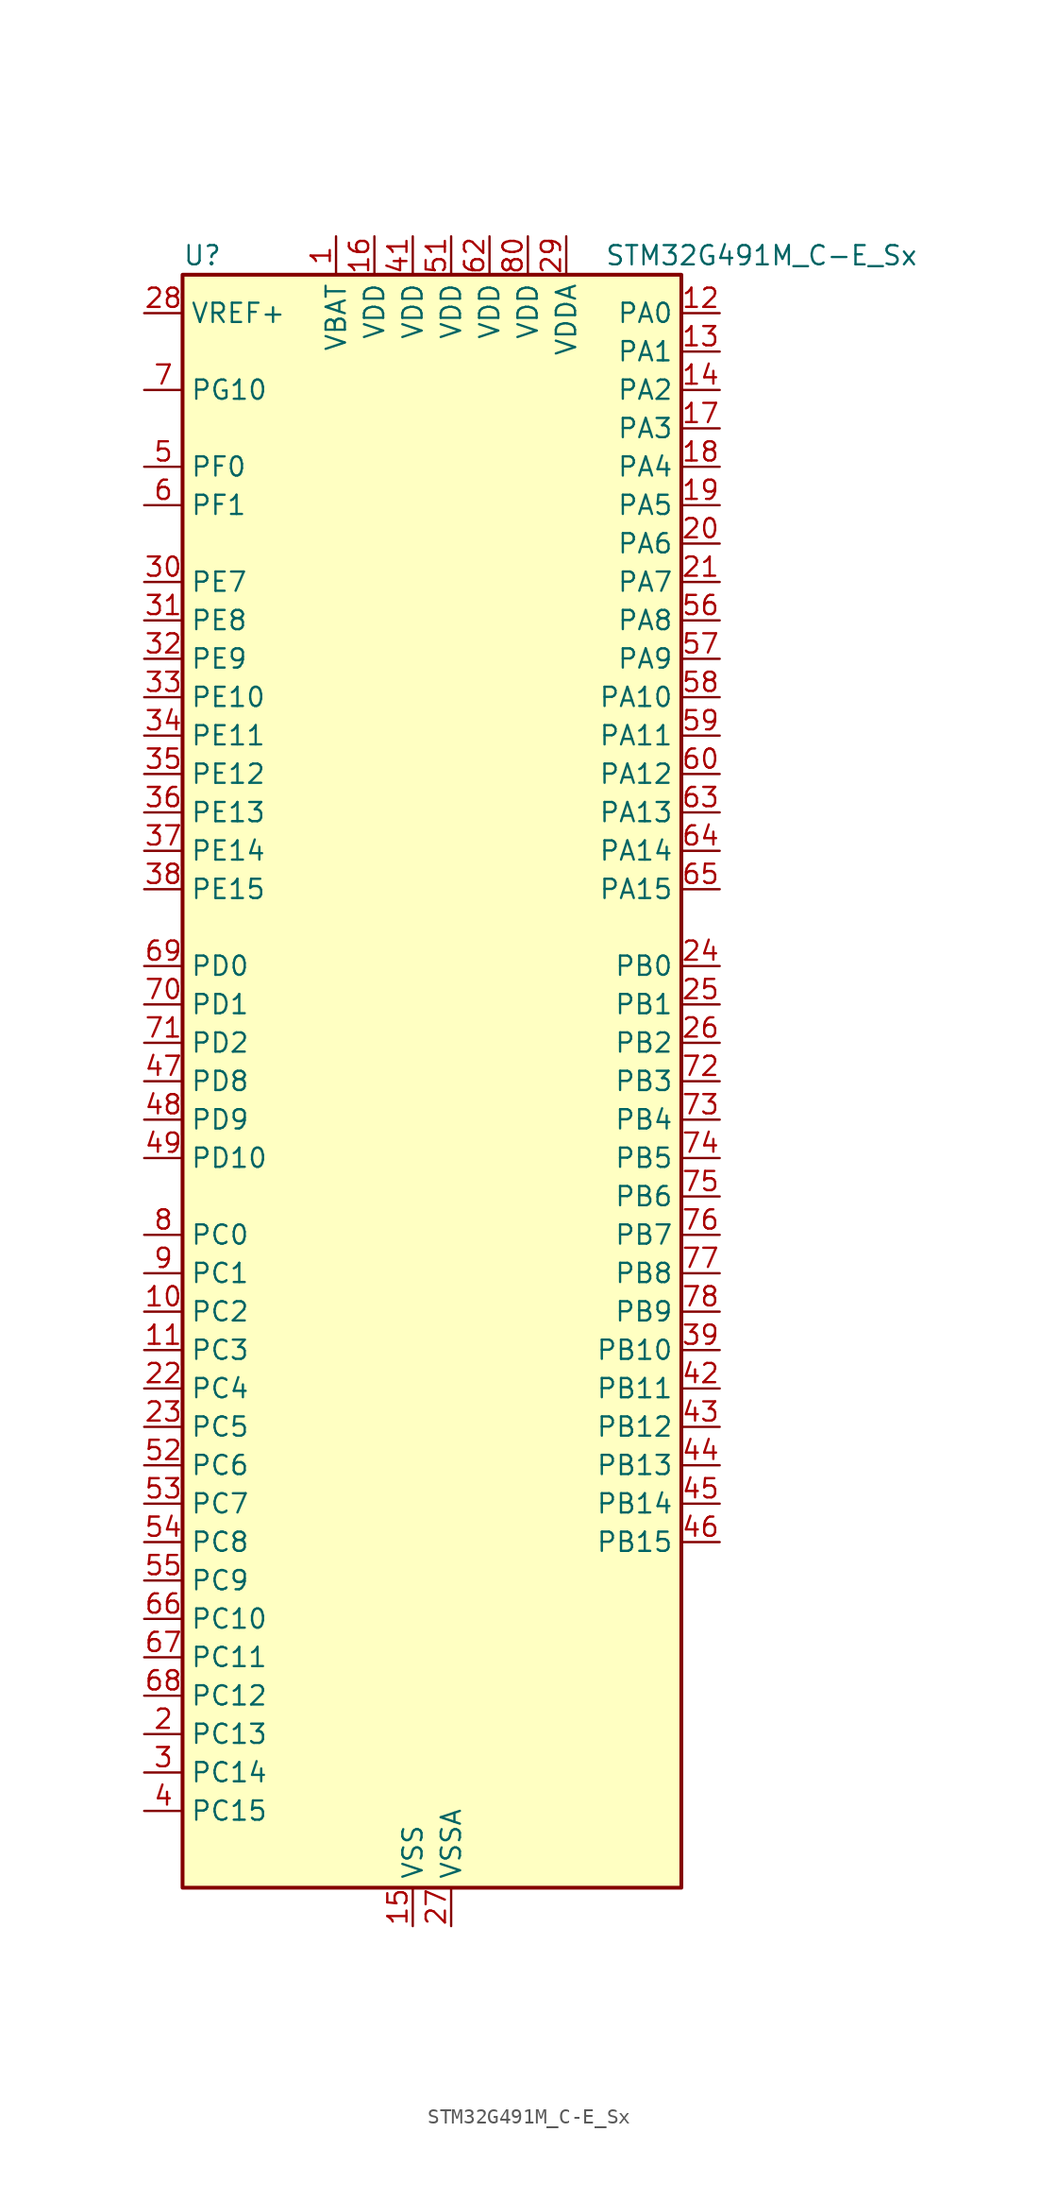
<source format=kicad_sym>
(kicad_symbol_lib
  (version 20231120)
  (generator "kicad_symbol_editor")
  (generator_version "8.0")
  (symbol "STM32G491M_C-E_Sx"
    (property "Reference" "U"
      (at -15.24 54.61 0)
      (effects (font (size 1.27 1.27)) (justify left)))
    (property "Value" "STM32G491M_C-E_Sx"
      (at 12.7 54.61 0)
      (effects (font (size 1.27 1.27)) (justify left)))
    (property "ki_locked" ""
      (at 0 0 0)
      (effects (font (size 1.27 1.27))))
    (symbol "STM32G491M_C-E_Sx_0_1"
      (rectangle (start -15.24 -53.34) (end 17.78 53.34) (stroke (width 0.254) (type default)) (fill (type background))))
    (symbol "STM32G491M_C-E_Sx_1_1"
      (pin power_in line (at -5.08 55.88 270) (length 2.54) (name "VBAT" (effects (font (size 1.27 1.27)))) (number "1" (effects (font (size 1.27 1.27)))))
      (pin bidirectional line (at -17.78 -15.24 0) (length 2.54) (name "PC2" (effects (font (size 1.27 1.27)))) (number "10" (effects (font (size 1.27 1.27)))) (alternate "ADC1_IN8" bidirectional line) (alternate "ADC2_IN8" bidirectional line) (alternate "ADC3_EXTI2" bidirectional line) (alternate "COMP3_OUT" bidirectional line) (alternate "LPTIM1_IN2" bidirectional line) (alternate "QUADSPI1_BK2_IO1" bidirectional line) (alternate "TIM1_CH3" bidirectional line) (alternate "TIM20_CH2" bidirectional line))
      (pin bidirectional line (at -17.78 -17.78 0) (length 2.54) (name "PC3" (effects (font (size 1.27 1.27)))) (number "11" (effects (font (size 1.27 1.27)))) (alternate "ADC1_IN9" bidirectional line) (alternate "ADC2_IN9" bidirectional line) (alternate "ADC3_EXTI3" bidirectional line) (alternate "LPTIM1_ETR" bidirectional line) (alternate "QUADSPI1_BK2_IO2" bidirectional line) (alternate "SAI1_D1" bidirectional line) (alternate "SAI1_SD_A" bidirectional line) (alternate "TIM1_BKIN2" bidirectional line) (alternate "TIM1_CH4" bidirectional line))
      (pin bidirectional line (at 20.32 50.8 180) (length 2.54) (name "PA0" (effects (font (size 1.27 1.27)))) (number "12" (effects (font (size 1.27 1.27)))) (alternate "ADC1_IN1" bidirectional line) (alternate "ADC2_IN1" bidirectional line) (alternate "COMP1_INM" bidirectional line) (alternate "COMP1_OUT" bidirectional line) (alternate "COMP3_INP" bidirectional line) (alternate "RTC_TAMP2" bidirectional line) (alternate "SYS_WKUP1" bidirectional line) (alternate "TIM2_CH1" bidirectional line) (alternate "TIM2_ETR" bidirectional line) (alternate "TIM8_BKIN" bidirectional line) (alternate "TIM8_ETR" bidirectional line) (alternate "USART2_CTS" bidirectional line) (alternate "USART2_NSS" bidirectional line))
      (pin bidirectional line (at 20.32 48.26 180) (length 2.54) (name "PA1" (effects (font (size 1.27 1.27)))) (number "13" (effects (font (size 1.27 1.27)))) (alternate "ADC1_IN2" bidirectional line) (alternate "ADC2_IN2" bidirectional line) (alternate "COMP1_INP" bidirectional line) (alternate "OPAMP1_VINP" bidirectional line) (alternate "OPAMP1_VINP_SEC" bidirectional line) (alternate "OPAMP3_VINP" bidirectional line) (alternate "OPAMP3_VINP_SEC" bidirectional line) (alternate "OPAMP6_VINM" bidirectional line) (alternate "OPAMP6_VINM0" bidirectional line) (alternate "OPAMP6_VINM_SEC" bidirectional line) (alternate "RTC_REFIN" bidirectional line) (alternate "TIM15_CH1N" bidirectional line) (alternate "TIM2_CH2" bidirectional line) (alternate "USART2_DE" bidirectional line) (alternate "USART2_RTS" bidirectional line))
      (pin bidirectional line (at 20.32 45.72 180) (length 2.54) (name "PA2" (effects (font (size 1.27 1.27)))) (number "14" (effects (font (size 1.27 1.27)))) (alternate "ADC1_IN3" bidirectional line) (alternate "ADC3_EXTI2" bidirectional line) (alternate "COMP2_INM" bidirectional line) (alternate "COMP2_OUT" bidirectional line) (alternate "LPUART1_TX" bidirectional line) (alternate "OPAMP1_VOUT" bidirectional line) (alternate "QUADSPI1_BK1_NCS" bidirectional line) (alternate "RCC_LSCO" bidirectional line) (alternate "SYS_WKUP4" bidirectional line) (alternate "TIM15_CH1" bidirectional line) (alternate "TIM2_CH3" bidirectional line) (alternate "UCPD1_FRSTX1" bidirectional line) (alternate "UCPD1_FRSTX2" bidirectional line) (alternate "USART2_TX" bidirectional line))
      (pin power_in line (at 0 -55.88 90) (length 2.54) (name "VSS" (effects (font (size 1.27 1.27)))) (number "15" (effects (font (size 1.27 1.27)))))
      (pin power_in line (at -2.54 55.88 270) (length 2.54) (name "VDD" (effects (font (size 1.27 1.27)))) (number "16" (effects (font (size 1.27 1.27)))))
      (pin bidirectional line (at 20.32 43.18 180) (length 2.54) (name "PA3" (effects (font (size 1.27 1.27)))) (number "17" (effects (font (size 1.27 1.27)))) (alternate "ADC1_IN4" bidirectional line) (alternate "ADC3_EXTI3" bidirectional line) (alternate "COMP2_INP" bidirectional line) (alternate "LPUART1_RX" bidirectional line) (alternate "OPAMP1_VINM" bidirectional line) (alternate "OPAMP1_VINM0" bidirectional line) (alternate "OPAMP1_VINM_SEC" bidirectional line) (alternate "OPAMP1_VINP" bidirectional line) (alternate "OPAMP1_VINP_SEC" bidirectional line) (alternate "QUADSPI1_CLK" bidirectional line) (alternate "SAI1_CK1" bidirectional line) (alternate "SAI1_MCLK_A" bidirectional line) (alternate "TIM15_CH2" bidirectional line) (alternate "TIM2_CH4" bidirectional line) (alternate "USART2_RX" bidirectional line))
      (pin bidirectional line (at 20.32 40.64 180) (length 2.54) (name "PA4" (effects (font (size 1.27 1.27)))) (number "18" (effects (font (size 1.27 1.27)))) (alternate "ADC2_IN17" bidirectional line) (alternate "COMP1_INM" bidirectional line) (alternate "DAC1_OUT1" bidirectional line) (alternate "I2S3_WS" bidirectional line) (alternate "SAI1_FS_B" bidirectional line) (alternate "SPI1_NSS" bidirectional line) (alternate "SPI3_NSS" bidirectional line) (alternate "TIM3_CH2" bidirectional line) (alternate "USART2_CK" bidirectional line))
      (pin bidirectional line (at 20.32 38.1 180) (length 2.54) (name "PA5" (effects (font (size 1.27 1.27)))) (number "19" (effects (font (size 1.27 1.27)))) (alternate "ADC2_IN13" bidirectional line) (alternate "COMP2_INM" bidirectional line) (alternate "DAC1_OUT2" bidirectional line) (alternate "OPAMP2_VINM" bidirectional line) (alternate "OPAMP2_VINM0" bidirectional line) (alternate "OPAMP2_VINM_SEC" bidirectional line) (alternate "SPI1_SCK" bidirectional line) (alternate "TIM2_CH1" bidirectional line) (alternate "TIM2_ETR" bidirectional line) (alternate "UCPD1_FRSTX1" bidirectional line) (alternate "UCPD1_FRSTX2" bidirectional line))
      (pin bidirectional line (at -17.78 -43.18 0) (length 2.54) (name "PC13" (effects (font (size 1.27 1.27)))) (number "2" (effects (font (size 1.27 1.27)))) (alternate "RTC_OUT1" bidirectional line) (alternate "RTC_TAMP1" bidirectional line) (alternate "RTC_TS" bidirectional line) (alternate "SYS_WKUP2" bidirectional line) (alternate "TIM1_BKIN" bidirectional line) (alternate "TIM1_CH1N" bidirectional line) (alternate "TIM8_CH4N" bidirectional line))
      (pin bidirectional line (at 20.32 35.56 180) (length 2.54) (name "PA6" (effects (font (size 1.27 1.27)))) (number "20" (effects (font (size 1.27 1.27)))) (alternate "ADC2_IN3" bidirectional line) (alternate "COMP1_OUT" bidirectional line) (alternate "LPUART1_CTS" bidirectional line) (alternate "OPAMP2_VOUT" bidirectional line) (alternate "QUADSPI1_BK1_IO3" bidirectional line) (alternate "SPI1_MISO" bidirectional line) (alternate "TIM16_CH1" bidirectional line) (alternate "TIM1_BKIN" bidirectional line) (alternate "TIM3_CH1" bidirectional line) (alternate "TIM8_BKIN" bidirectional line))
      (pin bidirectional line (at 20.32 33.02 180) (length 2.54) (name "PA7" (effects (font (size 1.27 1.27)))) (number "21" (effects (font (size 1.27 1.27)))) (alternate "ADC2_IN4" bidirectional line) (alternate "COMP2_INP" bidirectional line) (alternate "COMP2_OUT" bidirectional line) (alternate "OPAMP1_VINP" bidirectional line) (alternate "OPAMP1_VINP_SEC" bidirectional line) (alternate "OPAMP2_VINP" bidirectional line) (alternate "OPAMP2_VINP_SEC" bidirectional line) (alternate "QUADSPI1_BK1_IO2" bidirectional line) (alternate "SPI1_MOSI" bidirectional line) (alternate "TIM17_CH1" bidirectional line) (alternate "TIM1_CH1N" bidirectional line) (alternate "TIM3_CH2" bidirectional line) (alternate "TIM8_CH1N" bidirectional line) (alternate "UCPD1_FRSTX1" bidirectional line) (alternate "UCPD1_FRSTX2" bidirectional line))
      (pin bidirectional line (at -17.78 -20.32 0) (length 2.54) (name "PC4" (effects (font (size 1.27 1.27)))) (number "22" (effects (font (size 1.27 1.27)))) (alternate "ADC2_IN5" bidirectional line) (alternate "I2C2_SCL" bidirectional line) (alternate "QUADSPI1_BK2_IO3" bidirectional line) (alternate "TIM1_ETR" bidirectional line) (alternate "USART1_TX" bidirectional line))
      (pin bidirectional line (at -17.78 -22.86 0) (length 2.54) (name "PC5" (effects (font (size 1.27 1.27)))) (number "23" (effects (font (size 1.27 1.27)))) (alternate "ADC2_IN11" bidirectional line) (alternate "OPAMP1_VINM" bidirectional line) (alternate "OPAMP1_VINM1" bidirectional line) (alternate "OPAMP1_VINM_SEC" bidirectional line) (alternate "OPAMP2_VINM" bidirectional line) (alternate "OPAMP2_VINM1" bidirectional line) (alternate "OPAMP2_VINM_SEC" bidirectional line) (alternate "SAI1_D3" bidirectional line) (alternate "SYS_WKUP5" bidirectional line) (alternate "TIM15_BKIN" bidirectional line) (alternate "TIM1_CH4N" bidirectional line) (alternate "USART1_RX" bidirectional line))
      (pin bidirectional line (at 20.32 7.62 180) (length 2.54) (name "PB0" (effects (font (size 1.27 1.27)))) (number "24" (effects (font (size 1.27 1.27)))) (alternate "ADC1_IN15" bidirectional line) (alternate "ADC3_IN12" bidirectional line) (alternate "COMP4_INP" bidirectional line) (alternate "OPAMP2_VINP" bidirectional line) (alternate "OPAMP2_VINP_SEC" bidirectional line) (alternate "OPAMP3_VINP" bidirectional line) (alternate "OPAMP3_VINP_SEC" bidirectional line) (alternate "QUADSPI1_BK1_IO1" bidirectional line) (alternate "TIM1_CH2N" bidirectional line) (alternate "TIM3_CH3" bidirectional line) (alternate "TIM8_CH2N" bidirectional line) (alternate "UCPD1_FRSTX1" bidirectional line) (alternate "UCPD1_FRSTX2" bidirectional line))
      (pin bidirectional line (at 20.32 5.08 180) (length 2.54) (name "PB1" (effects (font (size 1.27 1.27)))) (number "25" (effects (font (size 1.27 1.27)))) (alternate "ADC1_IN12" bidirectional line) (alternate "ADC3_IN1" bidirectional line) (alternate "COMP1_INP" bidirectional line) (alternate "COMP4_OUT" bidirectional line) (alternate "LPUART1_DE" bidirectional line) (alternate "LPUART1_RTS" bidirectional line) (alternate "OPAMP3_VOUT" bidirectional line) (alternate "OPAMP6_VINM" bidirectional line) (alternate "OPAMP6_VINM1" bidirectional line) (alternate "OPAMP6_VINM_SEC" bidirectional line) (alternate "QUADSPI1_BK1_IO0" bidirectional line) (alternate "TIM1_CH3N" bidirectional line) (alternate "TIM3_CH4" bidirectional line) (alternate "TIM8_CH3N" bidirectional line))
      (pin bidirectional line (at 20.32 2.54 180) (length 2.54) (name "PB2" (effects (font (size 1.27 1.27)))) (number "26" (effects (font (size 1.27 1.27)))) (alternate "ADC2_IN12" bidirectional line) (alternate "ADC3_EXTI2" bidirectional line) (alternate "COMP4_INM" bidirectional line) (alternate "I2C3_SMBA" bidirectional line) (alternate "LPTIM1_OUT" bidirectional line) (alternate "OPAMP3_VINM" bidirectional line) (alternate "OPAMP3_VINM0" bidirectional line) (alternate "OPAMP3_VINM_SEC" bidirectional line) (alternate "QUADSPI1_BK2_IO1" bidirectional line) (alternate "RTC_OUT2" bidirectional line) (alternate "TIM20_CH1" bidirectional line))
      (pin power_in line (at 2.54 -55.88 90) (length 2.54) (name "VSSA" (effects (font (size 1.27 1.27)))) (number "27" (effects (font (size 1.27 1.27)))))
      (pin input line (at -17.78 50.8 0) (length 2.54) (name "VREF+" (effects (font (size 1.27 1.27)))) (number "28" (effects (font (size 1.27 1.27)))) (alternate "VREFBUF_OUT" bidirectional line))
      (pin power_in line (at 10.16 55.88 270) (length 2.54) (name "VDDA" (effects (font (size 1.27 1.27)))) (number "29" (effects (font (size 1.27 1.27)))))
      (pin bidirectional line (at -17.78 -45.72 0) (length 2.54) (name "PC14" (effects (font (size 1.27 1.27)))) (number "3" (effects (font (size 1.27 1.27)))) (alternate "RCC_OSC32_IN" bidirectional line))
      (pin bidirectional line (at -17.78 33.02 0) (length 2.54) (name "PE7" (effects (font (size 1.27 1.27)))) (number "30" (effects (font (size 1.27 1.27)))) (alternate "ADC3_IN4" bidirectional line) (alternate "COMP4_INP" bidirectional line) (alternate "SAI1_SD_B" bidirectional line) (alternate "TIM1_ETR" bidirectional line))
      (pin bidirectional line (at -17.78 30.48 0) (length 2.54) (name "PE8" (effects (font (size 1.27 1.27)))) (number "31" (effects (font (size 1.27 1.27)))) (alternate "ADC3_IN6" bidirectional line) (alternate "COMP4_INM" bidirectional line) (alternate "SAI1_SCK_B" bidirectional line) (alternate "TIM1_CH1N" bidirectional line))
      (pin bidirectional line (at -17.78 27.94 0) (length 2.54) (name "PE9" (effects (font (size 1.27 1.27)))) (number "32" (effects (font (size 1.27 1.27)))) (alternate "ADC3_IN2" bidirectional line) (alternate "DAC1_EXTI9" bidirectional line) (alternate "DAC3_EXTI9" bidirectional line) (alternate "SAI1_FS_B" bidirectional line) (alternate "TIM1_CH1" bidirectional line))
      (pin bidirectional line (at -17.78 25.4 0) (length 2.54) (name "PE10" (effects (font (size 1.27 1.27)))) (number "33" (effects (font (size 1.27 1.27)))) (alternate "ADC3_IN14" bidirectional line) (alternate "DAC1_EXTI10" bidirectional line) (alternate "DAC3_EXTI10" bidirectional line) (alternate "QUADSPI1_CLK" bidirectional line) (alternate "SAI1_MCLK_B" bidirectional line) (alternate "TIM1_CH2N" bidirectional line))
      (pin bidirectional line (at -17.78 22.86 0) (length 2.54) (name "PE11" (effects (font (size 1.27 1.27)))) (number "34" (effects (font (size 1.27 1.27)))) (alternate "ADC1_EXTI11" bidirectional line) (alternate "ADC2_EXTI11" bidirectional line) (alternate "ADC3_IN15" bidirectional line) (alternate "QUADSPI1_BK1_NCS" bidirectional line) (alternate "TIM1_CH2" bidirectional line))
      (pin bidirectional line (at -17.78 20.32 0) (length 2.54) (name "PE12" (effects (font (size 1.27 1.27)))) (number "35" (effects (font (size 1.27 1.27)))) (alternate "ADC3_IN16" bidirectional line) (alternate "QUADSPI1_BK1_IO0" bidirectional line) (alternate "TIM1_CH3N" bidirectional line))
      (pin bidirectional line (at -17.78 17.78 0) (length 2.54) (name "PE13" (effects (font (size 1.27 1.27)))) (number "36" (effects (font (size 1.27 1.27)))) (alternate "ADC3_IN3" bidirectional line) (alternate "QUADSPI1_BK1_IO1" bidirectional line) (alternate "TIM1_CH3" bidirectional line))
      (pin bidirectional line (at -17.78 15.24 0) (length 2.54) (name "PE14" (effects (font (size 1.27 1.27)))) (number "37" (effects (font (size 1.27 1.27)))) (alternate "QUADSPI1_BK1_IO2" bidirectional line) (alternate "TIM1_BKIN2" bidirectional line) (alternate "TIM1_CH4" bidirectional line))
      (pin bidirectional line (at -17.78 12.7 0) (length 2.54) (name "PE15" (effects (font (size 1.27 1.27)))) (number "38" (effects (font (size 1.27 1.27)))) (alternate "ADC1_EXTI15" bidirectional line) (alternate "ADC2_EXTI15" bidirectional line) (alternate "QUADSPI1_BK1_IO3" bidirectional line) (alternate "TIM1_BKIN" bidirectional line) (alternate "TIM1_CH4N" bidirectional line) (alternate "USART3_RX" bidirectional line))
      (pin bidirectional line (at 20.32 -17.78 180) (length 2.54) (name "PB10" (effects (font (size 1.27 1.27)))) (number "39" (effects (font (size 1.27 1.27)))) (alternate "DAC1_EXTI10" bidirectional line) (alternate "DAC3_EXTI10" bidirectional line) (alternate "LPUART1_RX" bidirectional line) (alternate "OPAMP3_VINM" bidirectional line) (alternate "OPAMP3_VINM1" bidirectional line) (alternate "OPAMP3_VINM_SEC" bidirectional line) (alternate "QUADSPI1_CLK" bidirectional line) (alternate "SAI1_SCK_A" bidirectional line) (alternate "TIM1_BKIN" bidirectional line) (alternate "TIM2_CH3" bidirectional line) (alternate "USART3_TX" bidirectional line))
      (pin bidirectional line (at -17.78 -48.26 0) (length 2.54) (name "PC15" (effects (font (size 1.27 1.27)))) (number "4" (effects (font (size 1.27 1.27)))) (alternate "ADC1_EXTI15" bidirectional line) (alternate "ADC2_EXTI15" bidirectional line) (alternate "RCC_OSC32_OUT" bidirectional line))
      (pin passive line (at 0 -55.88 90) (length 2.54) hide (name "VSS" (effects (font (size 1.27 1.27)))) (number "40" (effects (font (size 1.27 1.27)))))
      (pin power_in line (at 0 55.88 270) (length 2.54) (name "VDD" (effects (font (size 1.27 1.27)))) (number "41" (effects (font (size 1.27 1.27)))))
      (pin bidirectional line (at 20.32 -20.32 180) (length 2.54) (name "PB11" (effects (font (size 1.27 1.27)))) (number "42" (effects (font (size 1.27 1.27)))) (alternate "ADC1_EXTI11" bidirectional line) (alternate "ADC1_IN14" bidirectional line) (alternate "ADC2_EXTI11" bidirectional line) (alternate "ADC2_IN14" bidirectional line) (alternate "LPUART1_TX" bidirectional line) (alternate "OPAMP6_VOUT" bidirectional line) (alternate "QUADSPI1_BK1_NCS" bidirectional line) (alternate "TIM2_CH4" bidirectional line) (alternate "USART3_RX" bidirectional line))
      (pin bidirectional line (at 20.32 -22.86 180) (length 2.54) (name "PB12" (effects (font (size 1.27 1.27)))) (number "43" (effects (font (size 1.27 1.27)))) (alternate "ADC1_IN11" bidirectional line) (alternate "FDCAN2_RX" bidirectional line) (alternate "I2C2_SMBA" bidirectional line) (alternate "I2S2_WS" bidirectional line) (alternate "LPUART1_DE" bidirectional line) (alternate "LPUART1_RTS" bidirectional line) (alternate "OPAMP6_VINP" bidirectional line) (alternate "OPAMP6_VINP_SEC" bidirectional line) (alternate "SPI2_NSS" bidirectional line) (alternate "TIM1_BKIN" bidirectional line) (alternate "USART3_CK" bidirectional line))
      (pin bidirectional line (at 20.32 -25.4 180) (length 2.54) (name "PB13" (effects (font (size 1.27 1.27)))) (number "44" (effects (font (size 1.27 1.27)))) (alternate "ADC3_IN5" bidirectional line) (alternate "FDCAN2_TX" bidirectional line) (alternate "I2S2_CK" bidirectional line) (alternate "LPUART1_CTS" bidirectional line) (alternate "OPAMP3_VINP" bidirectional line) (alternate "OPAMP3_VINP_SEC" bidirectional line) (alternate "OPAMP6_VINP" bidirectional line) (alternate "OPAMP6_VINP_SEC" bidirectional line) (alternate "SPI2_SCK" bidirectional line) (alternate "TIM1_CH1N" bidirectional line) (alternate "USART3_CTS" bidirectional line) (alternate "USART3_NSS" bidirectional line))
      (pin bidirectional line (at 20.32 -27.94 180) (length 2.54) (name "PB14" (effects (font (size 1.27 1.27)))) (number "45" (effects (font (size 1.27 1.27)))) (alternate "ADC1_IN5" bidirectional line) (alternate "COMP4_OUT" bidirectional line) (alternate "OPAMP2_VINP" bidirectional line) (alternate "OPAMP2_VINP_SEC" bidirectional line) (alternate "SPI2_MISO" bidirectional line) (alternate "TIM15_CH1" bidirectional line) (alternate "TIM1_CH2N" bidirectional line) (alternate "USART3_DE" bidirectional line) (alternate "USART3_RTS" bidirectional line))
      (pin bidirectional line (at 20.32 -30.48 180) (length 2.54) (name "PB15" (effects (font (size 1.27 1.27)))) (number "46" (effects (font (size 1.27 1.27)))) (alternate "ADC1_EXTI15" bidirectional line) (alternate "ADC2_EXTI15" bidirectional line) (alternate "ADC2_IN15" bidirectional line) (alternate "COMP3_OUT" bidirectional line) (alternate "I2S2_SD" bidirectional line) (alternate "RTC_REFIN" bidirectional line) (alternate "SPI2_MOSI" bidirectional line) (alternate "TIM15_CH1N" bidirectional line) (alternate "TIM15_CH2" bidirectional line) (alternate "TIM1_CH3N" bidirectional line))
      (pin bidirectional line (at -17.78 0 0) (length 2.54) (name "PD8" (effects (font (size 1.27 1.27)))) (number "47" (effects (font (size 1.27 1.27)))) (alternate "USART3_TX" bidirectional line))
      (pin bidirectional line (at -17.78 -2.54 0) (length 2.54) (name "PD9" (effects (font (size 1.27 1.27)))) (number "48" (effects (font (size 1.27 1.27)))) (alternate "DAC1_EXTI9" bidirectional line) (alternate "DAC3_EXTI9" bidirectional line) (alternate "OPAMP6_VINP" bidirectional line) (alternate "OPAMP6_VINP_SEC" bidirectional line) (alternate "USART3_RX" bidirectional line))
      (pin bidirectional line (at -17.78 -5.08 0) (length 2.54) (name "PD10" (effects (font (size 1.27 1.27)))) (number "49" (effects (font (size 1.27 1.27)))) (alternate "ADC3_IN7" bidirectional line) (alternate "DAC1_EXTI10" bidirectional line) (alternate "DAC3_EXTI10" bidirectional line) (alternate "USART3_CK" bidirectional line))
      (pin bidirectional line (at -17.78 40.64 0) (length 2.54) (name "PF0" (effects (font (size 1.27 1.27)))) (number "5" (effects (font (size 1.27 1.27)))) (alternate "ADC1_IN10" bidirectional line) (alternate "I2C2_SDA" bidirectional line) (alternate "I2S2_WS" bidirectional line) (alternate "RCC_OSC_IN" bidirectional line) (alternate "SPI2_NSS" bidirectional line) (alternate "TIM1_CH3N" bidirectional line))
      (pin passive line (at 0 -55.88 90) (length 2.54) hide (name "VSS" (effects (font (size 1.27 1.27)))) (number "50" (effects (font (size 1.27 1.27)))))
      (pin power_in line (at 2.54 55.88 270) (length 2.54) (name "VDD" (effects (font (size 1.27 1.27)))) (number "51" (effects (font (size 1.27 1.27)))))
      (pin bidirectional line (at -17.78 -25.4 0) (length 2.54) (name "PC6" (effects (font (size 1.27 1.27)))) (number "52" (effects (font (size 1.27 1.27)))) (alternate "I2S2_MCK" bidirectional line) (alternate "TIM3_CH1" bidirectional line) (alternate "TIM8_CH1" bidirectional line))
      (pin bidirectional line (at -17.78 -27.94 0) (length 2.54) (name "PC7" (effects (font (size 1.27 1.27)))) (number "53" (effects (font (size 1.27 1.27)))) (alternate "I2S3_MCK" bidirectional line) (alternate "TIM3_CH2" bidirectional line) (alternate "TIM8_CH2" bidirectional line))
      (pin bidirectional line (at -17.78 -30.48 0) (length 2.54) (name "PC8" (effects (font (size 1.27 1.27)))) (number "54" (effects (font (size 1.27 1.27)))) (alternate "I2C3_SCL" bidirectional line) (alternate "TIM20_CH3" bidirectional line) (alternate "TIM3_CH3" bidirectional line) (alternate "TIM8_CH3" bidirectional line))
      (pin bidirectional line (at -17.78 -33.02 0) (length 2.54) (name "PC9" (effects (font (size 1.27 1.27)))) (number "55" (effects (font (size 1.27 1.27)))) (alternate "DAC1_EXTI9" bidirectional line) (alternate "DAC3_EXTI9" bidirectional line) (alternate "I2C3_SDA" bidirectional line) (alternate "I2S_CKIN" bidirectional line) (alternate "TIM3_CH4" bidirectional line) (alternate "TIM8_BKIN2" bidirectional line) (alternate "TIM8_CH4" bidirectional line))
      (pin bidirectional line (at 20.32 30.48 180) (length 2.54) (name "PA8" (effects (font (size 1.27 1.27)))) (number "56" (effects (font (size 1.27 1.27)))) (alternate "I2C2_SDA" bidirectional line) (alternate "I2C3_SCL" bidirectional line) (alternate "I2S2_MCK" bidirectional line) (alternate "RCC_MCO" bidirectional line) (alternate "SAI1_CK2" bidirectional line) (alternate "SAI1_SCK_A" bidirectional line) (alternate "TIM1_CH1" bidirectional line) (alternate "TIM4_ETR" bidirectional line) (alternate "USART1_CK" bidirectional line))
      (pin bidirectional line (at 20.32 27.94 180) (length 2.54) (name "PA9" (effects (font (size 1.27 1.27)))) (number "57" (effects (font (size 1.27 1.27)))) (alternate "DAC1_EXTI9" bidirectional line) (alternate "DAC3_EXTI9" bidirectional line) (alternate "I2C2_SCL" bidirectional line) (alternate "I2C3_SMBA" bidirectional line) (alternate "I2S3_MCK" bidirectional line) (alternate "SAI1_FS_A" bidirectional line) (alternate "TIM15_BKIN" bidirectional line) (alternate "TIM1_CH2" bidirectional line) (alternate "TIM2_CH3" bidirectional line) (alternate "UCPD1_DBCC1" bidirectional line) (alternate "USART1_TX" bidirectional line))
      (pin bidirectional line (at 20.32 25.4 180) (length 2.54) (name "PA10" (effects (font (size 1.27 1.27)))) (number "58" (effects (font (size 1.27 1.27)))) (alternate "CRS_SYNC" bidirectional line) (alternate "DAC1_EXTI10" bidirectional line) (alternate "DAC3_EXTI10" bidirectional line) (alternate "I2C2_SMBA" bidirectional line) (alternate "SAI1_D1" bidirectional line) (alternate "SAI1_SD_A" bidirectional line) (alternate "SPI2_MISO" bidirectional line) (alternate "TIM17_BKIN" bidirectional line) (alternate "TIM1_CH3" bidirectional line) (alternate "TIM2_CH4" bidirectional line) (alternate "TIM8_BKIN" bidirectional line) (alternate "UCPD1_DBCC2" bidirectional line) (alternate "USART1_RX" bidirectional line))
      (pin bidirectional line (at 20.32 22.86 180) (length 2.54) (name "PA11" (effects (font (size 1.27 1.27)))) (number "59" (effects (font (size 1.27 1.27)))) (alternate "ADC1_EXTI11" bidirectional line) (alternate "ADC2_EXTI11" bidirectional line) (alternate "COMP1_OUT" bidirectional line) (alternate "FDCAN1_RX" bidirectional line) (alternate "I2S2_SD" bidirectional line) (alternate "SPI2_MOSI" bidirectional line) (alternate "TIM1_BKIN2" bidirectional line) (alternate "TIM1_CH1N" bidirectional line) (alternate "TIM1_CH4" bidirectional line) (alternate "TIM4_CH1" bidirectional line) (alternate "USART1_CTS" bidirectional line) (alternate "USART1_NSS" bidirectional line) (alternate "USB_DM" bidirectional line))
      (pin bidirectional line (at -17.78 38.1 0) (length 2.54) (name "PF1" (effects (font (size 1.27 1.27)))) (number "6" (effects (font (size 1.27 1.27)))) (alternate "ADC2_IN10" bidirectional line) (alternate "COMP3_INM" bidirectional line) (alternate "I2S2_CK" bidirectional line) (alternate "RCC_OSC_OUT" bidirectional line) (alternate "SPI2_SCK" bidirectional line))
      (pin bidirectional line (at 20.32 20.32 180) (length 2.54) (name "PA12" (effects (font (size 1.27 1.27)))) (number "60" (effects (font (size 1.27 1.27)))) (alternate "COMP2_OUT" bidirectional line) (alternate "FDCAN1_TX" bidirectional line) (alternate "I2S_CKIN" bidirectional line) (alternate "TIM16_CH1" bidirectional line) (alternate "TIM1_CH2N" bidirectional line) (alternate "TIM1_ETR" bidirectional line) (alternate "TIM4_CH2" bidirectional line) (alternate "USART1_DE" bidirectional line) (alternate "USART1_RTS" bidirectional line) (alternate "USB_DP" bidirectional line))
      (pin passive line (at 0 -55.88 90) (length 2.54) hide (name "VSS" (effects (font (size 1.27 1.27)))) (number "61" (effects (font (size 1.27 1.27)))))
      (pin power_in line (at 5.08 55.88 270) (length 2.54) (name "VDD" (effects (font (size 1.27 1.27)))) (number "62" (effects (font (size 1.27 1.27)))))
      (pin bidirectional line (at 20.32 17.78 180) (length 2.54) (name "PA13" (effects (font (size 1.27 1.27)))) (number "63" (effects (font (size 1.27 1.27)))) (alternate "I2C1_SCL" bidirectional line) (alternate "IR_OUT" bidirectional line) (alternate "SAI1_SD_B" bidirectional line) (alternate "SYS_JTMS-SWDIO" bidirectional line) (alternate "TIM16_CH1N" bidirectional line) (alternate "TIM4_CH3" bidirectional line) (alternate "USART3_CTS" bidirectional line) (alternate "USART3_NSS" bidirectional line))
      (pin bidirectional line (at 20.32 15.24 180) (length 2.54) (name "PA14" (effects (font (size 1.27 1.27)))) (number "64" (effects (font (size 1.27 1.27)))) (alternate "I2C1_SDA" bidirectional line) (alternate "LPTIM1_OUT" bidirectional line) (alternate "SAI1_FS_B" bidirectional line) (alternate "SYS_JTCK-SWCLK" bidirectional line) (alternate "TIM1_BKIN" bidirectional line) (alternate "TIM8_CH2" bidirectional line) (alternate "USART2_TX" bidirectional line))
      (pin bidirectional line (at 20.32 12.7 180) (length 2.54) (name "PA15" (effects (font (size 1.27 1.27)))) (number "65" (effects (font (size 1.27 1.27)))) (alternate "ADC1_EXTI15" bidirectional line) (alternate "ADC2_EXTI15" bidirectional line) (alternate "I2C1_SCL" bidirectional line) (alternate "I2S3_WS" bidirectional line) (alternate "SPI1_NSS" bidirectional line) (alternate "SPI3_NSS" bidirectional line) (alternate "SYS_JTDI" bidirectional line) (alternate "TIM1_BKIN" bidirectional line) (alternate "TIM20_ETR" bidirectional line) (alternate "TIM2_CH1" bidirectional line) (alternate "TIM2_ETR" bidirectional line) (alternate "TIM8_CH1" bidirectional line) (alternate "UART4_DE" bidirectional line) (alternate "UART4_RTS" bidirectional line) (alternate "USART2_RX" bidirectional line))
      (pin bidirectional line (at -17.78 -35.56 0) (length 2.54) (name "PC10" (effects (font (size 1.27 1.27)))) (number "66" (effects (font (size 1.27 1.27)))) (alternate "DAC1_EXTI10" bidirectional line) (alternate "DAC3_EXTI10" bidirectional line) (alternate "I2S3_CK" bidirectional line) (alternate "SPI3_SCK" bidirectional line) (alternate "TIM8_CH1N" bidirectional line) (alternate "UART4_TX" bidirectional line) (alternate "USART3_TX" bidirectional line))
      (pin bidirectional line (at -17.78 -38.1 0) (length 2.54) (name "PC11" (effects (font (size 1.27 1.27)))) (number "67" (effects (font (size 1.27 1.27)))) (alternate "ADC1_EXTI11" bidirectional line) (alternate "ADC2_EXTI11" bidirectional line) (alternate "I2C3_SDA" bidirectional line) (alternate "SPI3_MISO" bidirectional line) (alternate "TIM8_CH2N" bidirectional line) (alternate "UART4_RX" bidirectional line) (alternate "USART3_RX" bidirectional line))
      (pin bidirectional line (at -17.78 -40.64 0) (length 2.54) (name "PC12" (effects (font (size 1.27 1.27)))) (number "68" (effects (font (size 1.27 1.27)))) (alternate "I2S3_SD" bidirectional line) (alternate "SPI3_MOSI" bidirectional line) (alternate "TIM8_CH3N" bidirectional line) (alternate "UART5_TX" bidirectional line) (alternate "UCPD1_FRSTX1" bidirectional line) (alternate "UCPD1_FRSTX2" bidirectional line) (alternate "USART3_CK" bidirectional line))
      (pin bidirectional line (at -17.78 7.62 0) (length 2.54) (name "PD0" (effects (font (size 1.27 1.27)))) (number "69" (effects (font (size 1.27 1.27)))) (alternate "FDCAN1_RX" bidirectional line) (alternate "TIM8_CH4N" bidirectional line))
      (pin bidirectional line (at -17.78 45.72 0) (length 2.54) (name "PG10" (effects (font (size 1.27 1.27)))) (number "7" (effects (font (size 1.27 1.27)))) (alternate "DAC1_EXTI10" bidirectional line) (alternate "DAC3_EXTI10" bidirectional line) (alternate "RCC_MCO" bidirectional line))
      (pin bidirectional line (at -17.78 5.08 0) (length 2.54) (name "PD1" (effects (font (size 1.27 1.27)))) (number "70" (effects (font (size 1.27 1.27)))) (alternate "FDCAN1_TX" bidirectional line) (alternate "TIM8_BKIN2" bidirectional line) (alternate "TIM8_CH4" bidirectional line))
      (pin bidirectional line (at -17.78 2.54 0) (length 2.54) (name "PD2" (effects (font (size 1.27 1.27)))) (number "71" (effects (font (size 1.27 1.27)))) (alternate "ADC3_EXTI2" bidirectional line) (alternate "TIM3_ETR" bidirectional line) (alternate "TIM8_BKIN" bidirectional line) (alternate "UART5_RX" bidirectional line))
      (pin bidirectional line (at 20.32 0 180) (length 2.54) (name "PB3" (effects (font (size 1.27 1.27)))) (number "72" (effects (font (size 1.27 1.27)))) (alternate "ADC3_EXTI3" bidirectional line) (alternate "CRS_SYNC" bidirectional line) (alternate "I2S3_CK" bidirectional line) (alternate "SAI1_SCK_B" bidirectional line) (alternate "SPI1_SCK" bidirectional line) (alternate "SPI3_SCK" bidirectional line) (alternate "SYS_JTDO-SWO" bidirectional line) (alternate "TIM2_CH2" bidirectional line) (alternate "TIM3_ETR" bidirectional line) (alternate "TIM4_ETR" bidirectional line) (alternate "TIM8_CH1N" bidirectional line) (alternate "USART2_TX" bidirectional line))
      (pin bidirectional line (at 20.32 -2.54 180) (length 2.54) (name "PB4" (effects (font (size 1.27 1.27)))) (number "73" (effects (font (size 1.27 1.27)))) (alternate "SAI1_MCLK_B" bidirectional line) (alternate "SPI1_MISO" bidirectional line) (alternate "SPI3_MISO" bidirectional line) (alternate "SYS_JTRST" bidirectional line) (alternate "TIM16_CH1" bidirectional line) (alternate "TIM17_BKIN" bidirectional line) (alternate "TIM3_CH1" bidirectional line) (alternate "TIM8_CH2N" bidirectional line) (alternate "UART5_DE" bidirectional line) (alternate "UART5_RTS" bidirectional line) (alternate "UCPD1_CC2" bidirectional line) (alternate "USART2_RX" bidirectional line))
      (pin bidirectional line (at 20.32 -5.08 180) (length 2.54) (name "PB5" (effects (font (size 1.27 1.27)))) (number "74" (effects (font (size 1.27 1.27)))) (alternate "FDCAN2_RX" bidirectional line) (alternate "I2C1_SMBA" bidirectional line) (alternate "I2C3_SDA" bidirectional line) (alternate "I2S3_SD" bidirectional line) (alternate "LPTIM1_IN1" bidirectional line) (alternate "SAI1_SD_B" bidirectional line) (alternate "SPI1_MOSI" bidirectional line) (alternate "SPI3_MOSI" bidirectional line) (alternate "TIM16_BKIN" bidirectional line) (alternate "TIM17_CH1" bidirectional line) (alternate "TIM3_CH2" bidirectional line) (alternate "TIM8_CH3N" bidirectional line) (alternate "UART5_CTS" bidirectional line) (alternate "USART2_CK" bidirectional line))
      (pin bidirectional line (at 20.32 -7.62 180) (length 2.54) (name "PB6" (effects (font (size 1.27 1.27)))) (number "75" (effects (font (size 1.27 1.27)))) (alternate "COMP4_OUT" bidirectional line) (alternate "FDCAN2_TX" bidirectional line) (alternate "LPTIM1_ETR" bidirectional line) (alternate "SAI1_FS_B" bidirectional line) (alternate "TIM16_CH1N" bidirectional line) (alternate "TIM4_CH1" bidirectional line) (alternate "TIM8_BKIN2" bidirectional line) (alternate "TIM8_CH1" bidirectional line) (alternate "TIM8_ETR" bidirectional line) (alternate "UCPD1_CC1" bidirectional line) (alternate "USART1_TX" bidirectional line))
      (pin bidirectional line (at 20.32 -10.16 180) (length 2.54) (name "PB7" (effects (font (size 1.27 1.27)))) (number "76" (effects (font (size 1.27 1.27)))) (alternate "COMP3_OUT" bidirectional line) (alternate "I2C1_SDA" bidirectional line) (alternate "LPTIM1_IN2" bidirectional line) (alternate "SYS_PVD_IN" bidirectional line) (alternate "TIM17_CH1N" bidirectional line) (alternate "TIM3_CH4" bidirectional line) (alternate "TIM4_CH2" bidirectional line) (alternate "TIM8_BKIN" bidirectional line) (alternate "UART4_CTS" bidirectional line) (alternate "USART1_RX" bidirectional line))
      (pin bidirectional line (at 20.32 -12.7 180) (length 2.54) (name "PB8" (effects (font (size 1.27 1.27)))) (number "77" (effects (font (size 1.27 1.27)))) (alternate "COMP1_OUT" bidirectional line) (alternate "FDCAN1_RX" bidirectional line) (alternate "I2C1_SCL" bidirectional line) (alternate "SAI1_CK1" bidirectional line) (alternate "SAI1_MCLK_A" bidirectional line) (alternate "TIM16_CH1" bidirectional line) (alternate "TIM1_BKIN" bidirectional line) (alternate "TIM4_CH3" bidirectional line) (alternate "TIM8_CH2" bidirectional line) (alternate "USART3_RX" bidirectional line))
      (pin bidirectional line (at 20.32 -15.24 180) (length 2.54) (name "PB9" (effects (font (size 1.27 1.27)))) (number "78" (effects (font (size 1.27 1.27)))) (alternate "COMP2_OUT" bidirectional line) (alternate "DAC1_EXTI9" bidirectional line) (alternate "DAC3_EXTI9" bidirectional line) (alternate "FDCAN1_TX" bidirectional line) (alternate "I2C1_SDA" bidirectional line) (alternate "IR_OUT" bidirectional line) (alternate "SAI1_D2" bidirectional line) (alternate "SAI1_FS_A" bidirectional line) (alternate "TIM17_CH1" bidirectional line) (alternate "TIM1_CH3N" bidirectional line) (alternate "TIM4_CH4" bidirectional line) (alternate "TIM8_CH3" bidirectional line) (alternate "USART3_TX" bidirectional line))
      (pin passive line (at 0 -55.88 90) (length 2.54) hide (name "VSS" (effects (font (size 1.27 1.27)))) (number "79" (effects (font (size 1.27 1.27)))))
      (pin bidirectional line (at -17.78 -10.16 0) (length 2.54) (name "PC0" (effects (font (size 1.27 1.27)))) (number "8" (effects (font (size 1.27 1.27)))) (alternate "ADC1_IN6" bidirectional line) (alternate "ADC2_IN6" bidirectional line) (alternate "COMP3_INM" bidirectional line) (alternate "LPTIM1_IN1" bidirectional line) (alternate "LPUART1_RX" bidirectional line) (alternate "TIM1_CH1" bidirectional line))
      (pin power_in line (at 7.62 55.88 270) (length 2.54) (name "VDD" (effects (font (size 1.27 1.27)))) (number "80" (effects (font (size 1.27 1.27)))))
      (pin bidirectional line (at -17.78 -12.7 0) (length 2.54) (name "PC1" (effects (font (size 1.27 1.27)))) (number "9" (effects (font (size 1.27 1.27)))) (alternate "ADC1_IN7" bidirectional line) (alternate "ADC2_IN7" bidirectional line) (alternate "COMP3_INP" bidirectional line) (alternate "LPTIM1_OUT" bidirectional line) (alternate "LPUART1_TX" bidirectional line) (alternate "QUADSPI1_BK2_IO0" bidirectional line) (alternate "SAI1_SD_A" bidirectional line) (alternate "TIM1_CH2" bidirectional line)))))
</source>
